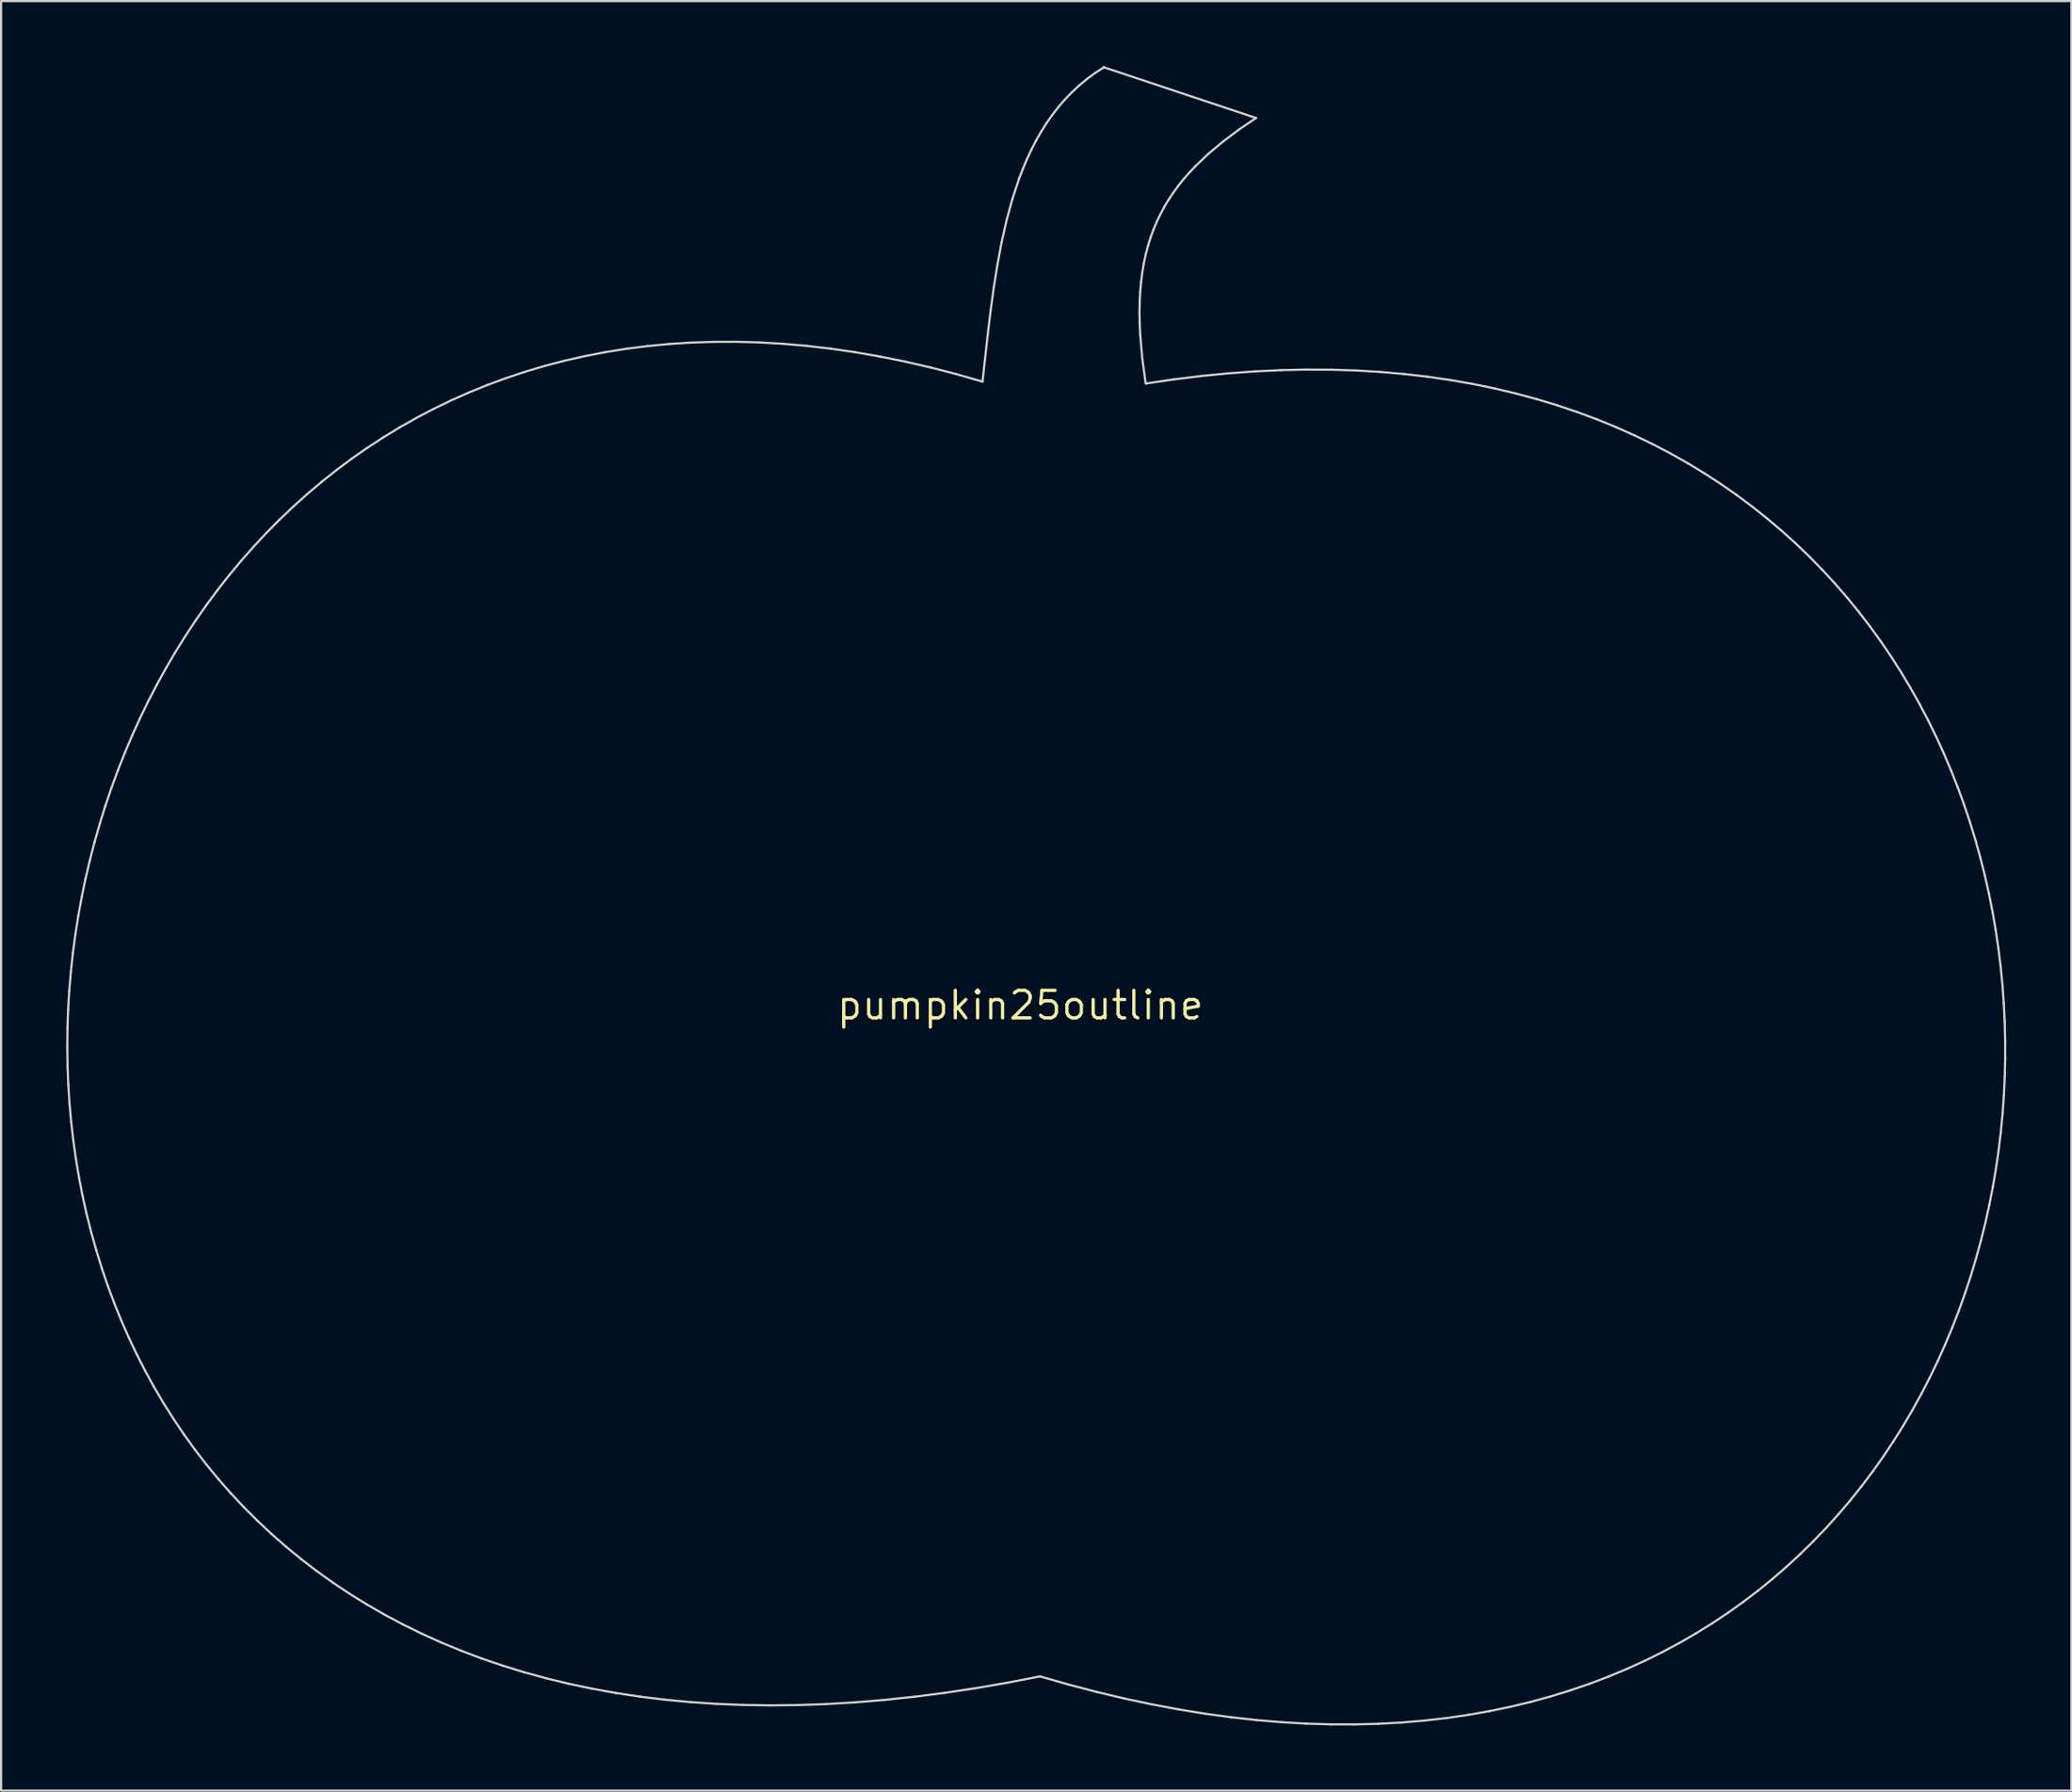
<source format=kicad_pcb>
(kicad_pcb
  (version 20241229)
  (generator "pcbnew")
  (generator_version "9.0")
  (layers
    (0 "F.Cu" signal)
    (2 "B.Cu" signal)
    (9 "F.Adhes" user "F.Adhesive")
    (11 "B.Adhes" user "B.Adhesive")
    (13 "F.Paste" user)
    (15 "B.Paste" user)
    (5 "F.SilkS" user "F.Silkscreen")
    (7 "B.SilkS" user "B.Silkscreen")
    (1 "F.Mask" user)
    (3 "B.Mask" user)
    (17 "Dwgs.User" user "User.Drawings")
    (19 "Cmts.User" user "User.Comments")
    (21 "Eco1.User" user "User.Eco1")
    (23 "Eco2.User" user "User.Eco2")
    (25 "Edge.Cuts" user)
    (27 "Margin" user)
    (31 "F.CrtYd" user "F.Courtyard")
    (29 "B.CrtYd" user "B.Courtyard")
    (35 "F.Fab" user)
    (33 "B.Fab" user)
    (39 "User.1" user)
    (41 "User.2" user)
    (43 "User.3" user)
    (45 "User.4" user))
  (footprint "pumpkin25outline"
    (layer "F.Cu")
    (at 43.953 43.276)
    (property "Reference" "pumpkin25outline" (at 0 0 0) (layer "F.SilkS") (effects (font (size 1.27 1.27) (thickness 0.15))))
    (attr through_hole)
    (fp_line (start -43.903 1.925) (end -43.891 2.791) (stroke (width 0.1) (type solid)) (layer "Edge.Cuts"))
    (fp_line (start -43.894 1.058) (end -43.903 1.925) (stroke (width 0.1) (type solid)) (layer "Edge.Cuts"))
    (fp_line (start -43.891 2.791) (end -43.857 3.656) (stroke (width 0.1) (type solid)) (layer "Edge.Cuts"))
    (fp_line (start -43.864 0.19) (end -43.894 1.058) (stroke (width 0.1) (type solid)) (layer "Edge.Cuts"))
    (fp_line (start -43.857 3.656) (end -43.801 4.519) (stroke (width 0.1) (type solid)) (layer "Edge.Cuts"))
    (fp_line (start -43.812 -0.676) (end -43.864 0.19) (stroke (width 0.1) (type solid)) (layer "Edge.Cuts"))
    (fp_line (start -43.801 4.519) (end -43.724 5.38) (stroke (width 0.1) (type solid)) (layer "Edge.Cuts"))
    (fp_line (start -43.739 -1.542) (end -43.812 -0.676) (stroke (width 0.1) (type solid)) (layer "Edge.Cuts"))
    (fp_line (start -43.724 5.38) (end -43.625 6.237) (stroke (width 0.1) (type solid)) (layer "Edge.Cuts"))
    (fp_line (start -43.646 -2.406) (end -43.739 -1.542) (stroke (width 0.1) (type solid)) (layer "Edge.Cuts"))
    (fp_line (start -43.625 6.237) (end -43.505 7.091) (stroke (width 0.1) (type solid)) (layer "Edge.Cuts"))
    (fp_line (start -43.531 -3.268) (end -43.646 -2.406) (stroke (width 0.1) (type solid)) (layer "Edge.Cuts"))
    (fp_line (start -43.505 7.091) (end -43.362 7.941) (stroke (width 0.1) (type solid)) (layer "Edge.Cuts"))
    (fp_line (start -43.395 -4.127) (end -43.531 -3.268) (stroke (width 0.1) (type solid)) (layer "Edge.Cuts"))
    (fp_line (start -43.362 7.941) (end -43.198 8.785) (stroke (width 0.1) (type solid)) (layer "Edge.Cuts"))
    (fp_line (start -43.239 -4.983) (end -43.395 -4.127) (stroke (width 0.1) (type solid)) (layer "Edge.Cuts"))
    (fp_line (start -43.198 8.785) (end -43.011 9.625) (stroke (width 0.1) (type solid)) (layer "Edge.Cuts"))
    (fp_line (start -43.062 -5.835) (end -43.239 -4.983) (stroke (width 0.1) (type solid)) (layer "Edge.Cuts"))
    (fp_line (start -43.011 9.625) (end -42.802 10.458) (stroke (width 0.1) (type solid)) (layer "Edge.Cuts"))
    (fp_line (start -42.865 -6.682) (end -43.062 -5.835) (stroke (width 0.1) (type solid)) (layer "Edge.Cuts"))
    (fp_line (start -42.802 10.458) (end -42.57 11.285) (stroke (width 0.1) (type solid)) (layer "Edge.Cuts"))
    (fp_line (start -42.647 -7.524) (end -42.865 -6.682) (stroke (width 0.1) (type solid)) (layer "Edge.Cuts"))
    (fp_line (start -42.57 11.285) (end -42.317 12.104) (stroke (width 0.1) (type solid)) (layer "Edge.Cuts"))
    (fp_line (start -42.408 -8.361) (end -42.647 -7.524) (stroke (width 0.1) (type solid)) (layer "Edge.Cuts"))
    (fp_line (start -42.317 12.104) (end -42.041 12.916) (stroke (width 0.1) (type solid)) (layer "Edge.Cuts"))
    (fp_line (start -42.15 -9.191) (end -42.408 -8.361) (stroke (width 0.1) (type solid)) (layer "Edge.Cuts"))
    (fp_line (start -42.041 12.916) (end -41.742 13.719) (stroke (width 0.1) (type solid)) (layer "Edge.Cuts"))
    (fp_line (start -41.871 -10.014) (end -42.15 -9.191) (stroke (width 0.1) (type solid)) (layer "Edge.Cuts"))
    (fp_line (start -41.742 13.719) (end -41.421 14.514) (stroke (width 0.1) (type solid)) (layer "Edge.Cuts"))
    (fp_line (start -41.571 -10.83) (end -41.871 -10.014) (stroke (width 0.1) (type solid)) (layer "Edge.Cuts"))
    (fp_line (start -41.421 14.514) (end -41.076 15.298) (stroke (width 0.1) (type solid)) (layer "Edge.Cuts"))
    (fp_line (start -41.252 -11.637) (end -41.571 -10.83) (stroke (width 0.1) (type solid)) (layer "Edge.Cuts"))
    (fp_line (start -41.076 15.298) (end -40.709 16.073) (stroke (width 0.1) (type solid)) (layer "Edge.Cuts"))
    (fp_line (start -40.913 -12.436) (end -41.252 -11.637) (stroke (width 0.1) (type solid)) (layer "Edge.Cuts"))
    (fp_line (start -40.709 16.073) (end -40.32 16.837) (stroke (width 0.1) (type solid)) (layer "Edge.Cuts"))
    (fp_line (start -40.554 -13.226) (end -40.913 -12.436) (stroke (width 0.1) (type solid)) (layer "Edge.Cuts"))
    (fp_line (start -40.32 16.837) (end -39.907 17.59) (stroke (width 0.1) (type solid)) (layer "Edge.Cuts"))
    (fp_line (start -40.176 -14.006) (end -40.554 -13.226) (stroke (width 0.1) (type solid)) (layer "Edge.Cuts"))
    (fp_line (start -39.907 17.59) (end -39.471 18.331) (stroke (width 0.1) (type solid)) (layer "Edge.Cuts"))
    (fp_line (start -39.777 -14.775) (end -40.176 -14.006) (stroke (width 0.1) (type solid)) (layer "Edge.Cuts"))
    (fp_line (start -39.471 18.331) (end -39.011 19.059) (stroke (width 0.1) (type solid)) (layer "Edge.Cuts"))
    (fp_line (start -39.359 -15.533) (end -39.777 -14.775) (stroke (width 0.1) (type solid)) (layer "Edge.Cuts"))
    (fp_line (start -39.011 19.059) (end -38.529 19.774) (stroke (width 0.1) (type solid)) (layer "Edge.Cuts"))
    (fp_line (start -38.922 -16.28) (end -39.359 -15.533) (stroke (width 0.1) (type solid)) (layer "Edge.Cuts"))
    (fp_line (start -38.529 19.774) (end -38.023 20.476) (stroke (width 0.1) (type solid)) (layer "Edge.Cuts"))
    (fp_line (start -38.465 -17.015) (end -38.922 -16.28) (stroke (width 0.1) (type solid)) (layer "Edge.Cuts"))
    (fp_line (start -38.023 20.476) (end -37.494 21.163) (stroke (width 0.1) (type solid)) (layer "Edge.Cuts"))
    (fp_line (start -37.989 -17.737) (end -38.465 -17.015) (stroke (width 0.1) (type solid)) (layer "Edge.Cuts"))
    (fp_line (start -37.494 21.163) (end -36.941 21.836) (stroke (width 0.1) (type solid)) (layer "Edge.Cuts"))
    (fp_line (start -37.493 -18.445) (end -37.989 -17.737) (stroke (width 0.1) (type solid)) (layer "Edge.Cuts"))
    (fp_line (start -36.979 -19.14) (end -37.493 -18.445) (stroke (width 0.1) (type solid)) (layer "Edge.Cuts"))
    (fp_line (start -36.941 21.836) (end -36.364 22.493) (stroke (width 0.1) (type solid)) (layer "Edge.Cuts"))
    (fp_line (start -36.445 -19.82) (end -36.979 -19.14) (stroke (width 0.1) (type solid)) (layer "Edge.Cuts"))
    (fp_line (start -36.364 22.493) (end -35.764 23.134) (stroke (width 0.1) (type solid)) (layer "Edge.Cuts"))
    (fp_line (start -35.892 -20.485) (end -36.445 -19.82) (stroke (width 0.1) (type solid)) (layer "Edge.Cuts"))
    (fp_line (start -35.764 23.134) (end -35.139 23.758) (stroke (width 0.1) (type solid)) (layer "Edge.Cuts"))
    (fp_line (start -35.321 -21.134) (end -35.892 -20.485) (stroke (width 0.1) (type solid)) (layer "Edge.Cuts"))
    (fp_line (start -35.139 23.758) (end -34.491 24.366) (stroke (width 0.1) (type solid)) (layer "Edge.Cuts"))
    (fp_line (start -34.731 -21.767) (end -35.321 -21.134) (stroke (width 0.1) (type solid)) (layer "Edge.Cuts"))
    (fp_line (start -34.491 24.366) (end -33.819 24.955) (stroke (width 0.1) (type solid)) (layer "Edge.Cuts"))
    (fp_line (start -34.122 -22.383) (end -34.731 -21.767) (stroke (width 0.1) (type solid)) (layer "Edge.Cuts"))
    (fp_line (start -33.819 24.955) (end -33.123 25.526) (stroke (width 0.1) (type solid)) (layer "Edge.Cuts"))
    (fp_line (start -33.494 -22.981) (end -34.122 -22.383) (stroke (width 0.1) (type solid)) (layer "Edge.Cuts"))
    (fp_line (start -33.123 25.526) (end -32.403 26.079) (stroke (width 0.1) (type solid)) (layer "Edge.Cuts"))
    (fp_line (start -32.848 -23.562) (end -33.494 -22.981) (stroke (width 0.1) (type solid)) (layer "Edge.Cuts"))
    (fp_line (start -32.403 26.079) (end -31.658 26.611) (stroke (width 0.1) (type solid)) (layer "Edge.Cuts"))
    (fp_line (start -32.184 -24.123) (end -32.848 -23.562) (stroke (width 0.1) (type solid)) (layer "Edge.Cuts"))
    (fp_line (start -31.658 26.611) (end -30.889 27.124) (stroke (width 0.1) (type solid)) (layer "Edge.Cuts"))
    (fp_line (start -31.501 -24.666) (end -32.184 -24.123) (stroke (width 0.1) (type solid)) (layer "Edge.Cuts"))
    (fp_line (start -30.889 27.124) (end -30.095 27.616) (stroke (width 0.1) (type solid)) (layer "Edge.Cuts"))
    (fp_line (start -30.8 -25.189) (end -31.501 -24.666) (stroke (width 0.1) (type solid)) (layer "Edge.Cuts"))
    (fp_line (start -30.095 27.616) (end -29.277 28.086) (stroke (width 0.1) (type solid)) (layer "Edge.Cuts"))
    (fp_line (start -30.081 -25.691) (end -30.8 -25.189) (stroke (width 0.1) (type solid)) (layer "Edge.Cuts"))
    (fp_line (start -29.344 -26.172) (end -30.081 -25.691) (stroke (width 0.1) (type solid)) (layer "Edge.Cuts"))
    (fp_line (start -29.277 28.086) (end -28.434 28.535) (stroke (width 0.1) (type solid)) (layer "Edge.Cuts"))
    (fp_line (start -28.589 -26.632) (end -29.344 -26.172) (stroke (width 0.1) (type solid)) (layer "Edge.Cuts"))
    (fp_line (start -28.434 28.535) (end -27.567 28.961) (stroke (width 0.1) (type solid)) (layer "Edge.Cuts"))
    (fp_line (start -27.816 -27.07) (end -28.589 -26.632) (stroke (width 0.1) (type solid)) (layer "Edge.Cuts"))
    (fp_line (start -27.567 28.961) (end -26.674 29.365) (stroke (width 0.1) (type solid)) (layer "Edge.Cuts"))
    (fp_line (start -27.025 -27.485) (end -27.816 -27.07) (stroke (width 0.1) (type solid)) (layer "Edge.Cuts"))
    (fp_line (start -26.674 29.365) (end -25.757 29.744) (stroke (width 0.1) (type solid)) (layer "Edge.Cuts"))
    (fp_line (start -26.216 -27.876) (end -27.025 -27.485) (stroke (width 0.1) (type solid)) (layer "Edge.Cuts"))
    (fp_line (start -25.757 29.744) (end -24.815 30.1) (stroke (width 0.1) (type solid)) (layer "Edge.Cuts"))
    (fp_line (start -25.39 -28.244) (end -26.216 -27.876) (stroke (width 0.1) (type solid)) (layer "Edge.Cuts"))
    (fp_line (start -24.815 30.1) (end -23.848 30.43) (stroke (width 0.1) (type solid)) (layer "Edge.Cuts"))
    (fp_line (start -24.547 -28.587) (end -25.39 -28.244) (stroke (width 0.1) (type solid)) (layer "Edge.Cuts"))
    (fp_line (start -23.848 30.43) (end -22.855 30.735) (stroke (width 0.1) (type solid)) (layer "Edge.Cuts"))
    (fp_line (start -23.686 -28.904) (end -24.547 -28.587) (stroke (width 0.1) (type solid)) (layer "Edge.Cuts"))
    (fp_line (start -22.855 30.735) (end -21.837 31.014) (stroke (width 0.1) (type solid)) (layer "Edge.Cuts"))
    (fp_line (start -22.807 -29.197) (end -23.686 -28.904) (stroke (width 0.1) (type solid)) (layer "Edge.Cuts"))
    (fp_line (start -21.912 -29.463) (end -22.807 -29.197) (stroke (width 0.1) (type solid)) (layer "Edge.Cuts"))
    (fp_line (start -21.837 31.014) (end -20.794 31.267) (stroke (width 0.1) (type solid)) (layer "Edge.Cuts"))
    (fp_line (start -20.999 -29.702) (end -21.912 -29.463) (stroke (width 0.1) (type solid)) (layer "Edge.Cuts"))
    (fp_line (start -20.794 31.267) (end -19.725 31.492) (stroke (width 0.1) (type solid)) (layer "Edge.Cuts"))
    (fp_line (start -20.069 -29.913) (end -20.999 -29.702) (stroke (width 0.1) (type solid)) (layer "Edge.Cuts"))
    (fp_line (start -19.725 31.492) (end -18.631 31.69) (stroke (width 0.1) (type solid)) (layer "Edge.Cuts"))
    (fp_line (start -19.122 -30.097) (end -20.069 -29.913) (stroke (width 0.1) (type solid)) (layer "Edge.Cuts"))
    (fp_line (start -18.631 31.69) (end -17.511 31.859) (stroke (width 0.1) (type solid)) (layer "Edge.Cuts"))
    (fp_line (start -18.159 -30.252) (end -19.122 -30.097) (stroke (width 0.1) (type solid)) (layer "Edge.Cuts"))
    (fp_line (start -17.511 31.859) (end -16.366 32) (stroke (width 0.1) (type solid)) (layer "Edge.Cuts"))
    (fp_line (start -17.178 -30.377) (end -18.159 -30.252) (stroke (width 0.1) (type solid)) (layer "Edge.Cuts"))
    (fp_line (start -16.366 32) (end -15.194 32.11) (stroke (width 0.1) (type solid)) (layer "Edge.Cuts"))
    (fp_line (start -16.181 -30.473) (end -17.178 -30.377) (stroke (width 0.1) (type solid)) (layer "Edge.Cuts"))
    (fp_line (start -15.194 32.11) (end -13.997 32.191) (stroke (width 0.1) (type solid)) (layer "Edge.Cuts"))
    (fp_line (start -15.167 -30.539) (end -16.181 -30.473) (stroke (width 0.1) (type solid)) (layer "Edge.Cuts"))
    (fp_line (start -14.137 -30.573) (end -15.167 -30.539) (stroke (width 0.1) (type solid)) (layer "Edge.Cuts"))
    (fp_line (start -13.997 32.191) (end -12.774 32.241) (stroke (width 0.1) (type solid)) (layer "Edge.Cuts"))
    (fp_line (start -13.091 -30.576) (end -14.137 -30.573) (stroke (width 0.1) (type solid)) (layer "Edge.Cuts"))
    (fp_line (start -12.774 32.241) (end -11.524 32.26) (stroke (width 0.1) (type solid)) (layer "Edge.Cuts"))
    (fp_line (start -12.028 -30.547) (end -13.091 -30.576) (stroke (width 0.1) (type solid)) (layer "Edge.Cuts"))
    (fp_line (start -11.524 32.26) (end -10.249 32.247) (stroke (width 0.1) (type solid)) (layer "Edge.Cuts"))
    (fp_line (start -10.948 -30.485) (end -12.028 -30.547) (stroke (width 0.1) (type solid)) (layer "Edge.Cuts"))
    (fp_line (start -10.249 32.247) (end -8.947 32.201) (stroke (width 0.1) (type solid)) (layer "Edge.Cuts"))
    (fp_line (start -9.853 -30.39) (end -10.948 -30.485) (stroke (width 0.1) (type solid)) (layer "Edge.Cuts"))
    (fp_line (start -8.947 32.201) (end -7.619 32.123) (stroke (width 0.1) (type solid)) (layer "Edge.Cuts"))
    (fp_line (start -8.741 -30.26) (end -9.853 -30.39) (stroke (width 0.1) (type solid)) (layer "Edge.Cuts"))
    (fp_line (start -7.619 32.123) (end -6.264 32.011) (stroke (width 0.1) (type solid)) (layer "Edge.Cuts"))
    (fp_line (start -7.614 -30.097) (end -8.741 -30.26) (stroke (width 0.1) (type solid)) (layer "Edge.Cuts"))
    (fp_line (start -6.47 -29.898) (end -7.614 -30.097) (stroke (width 0.1) (type solid)) (layer "Edge.Cuts"))
    (fp_line (start -6.264 32.011) (end -4.883 31.864) (stroke (width 0.1) (type solid)) (layer "Edge.Cuts"))
    (fp_line (start -5.311 -29.663) (end -6.47 -29.898) (stroke (width 0.1) (type solid)) (layer "Edge.Cuts"))
    (fp_line (start -4.883 31.864) (end -3.475 31.683) (stroke (width 0.1) (type solid)) (layer "Edge.Cuts"))
    (fp_line (start -4.136 -29.393) (end -5.311 -29.663) (stroke (width 0.1) (type solid)) (layer "Edge.Cuts"))
    (fp_line (start -3.475 31.683) (end -2.04 31.467) (stroke (width 0.1) (type solid)) (layer "Edge.Cuts"))
    (fp_line (start -2.946 -29.085) (end -4.136 -29.393) (stroke (width 0.1) (type solid)) (layer "Edge.Cuts"))
    (fp_line (start -2.04 31.467) (end -0.579 31.214) (stroke (width 0.1) (type solid)) (layer "Edge.Cuts"))
    (fp_line (start -1.74 -28.74) (end -2.946 -29.085) (stroke (width 0.1) (type solid)) (layer "Edge.Cuts"))
    (fp_line (start -1.498 -30.932) (end -1.74 -28.74) (stroke (width 0.1) (type solid)) (layer "Edge.Cuts"))
    (fp_line (start -1.366 -32.018) (end -1.498 -30.932) (stroke (width 0.1) (type solid)) (layer "Edge.Cuts"))
    (fp_line (start -1.219 -33.092) (end -1.366 -32.018) (stroke (width 0.1) (type solid)) (layer "Edge.Cuts"))
    (fp_line (start -1.05 -34.149) (end -1.219 -33.092) (stroke (width 0.1) (type solid)) (layer "Edge.Cuts"))
    (fp_line (start -0.855 -35.183) (end -1.05 -34.149) (stroke (width 0.1) (type solid)) (layer "Edge.Cuts"))
    (fp_line (start -0.628 -36.19) (end -0.855 -35.183) (stroke (width 0.1) (type solid)) (layer "Edge.Cuts"))
    (fp_line (start -0.579 31.214) (end 0.909 30.925) (stroke (width 0.1) (type solid)) (layer "Edge.Cuts"))
    (fp_line (start -0.362 -37.164) (end -0.628 -36.19) (stroke (width 0.1) (type solid)) (layer "Edge.Cuts"))
    (fp_line (start -0.051 -38.102) (end -0.362 -37.164) (stroke (width 0.1) (type solid)) (layer "Edge.Cuts"))
    (fp_line (start 0.123 -38.556) (end -0.051 -38.102) (stroke (width 0.1) (type solid)) (layer "Edge.Cuts"))
    (fp_line (start 0.31 -38.999) (end 0.123 -38.556) (stroke (width 0.1) (type solid)) (layer "Edge.Cuts"))
    (fp_line (start 0.51 -39.429) (end 0.31 -38.999) (stroke (width 0.1) (type solid)) (layer "Edge.Cuts"))
    (fp_line (start 0.726 -39.848) (end 0.51 -39.429) (stroke (width 0.1) (type solid)) (layer "Edge.Cuts"))
    (fp_line (start 0.909 30.925) (end 2.225 31.302) (stroke (width 0.1) (type solid)) (layer "Edge.Cuts"))
    (fp_line (start 0.957 -40.254) (end 0.726 -39.848) (stroke (width 0.1) (type solid)) (layer "Edge.Cuts"))
    (fp_line (start 1.204 -40.646) (end 0.957 -40.254) (stroke (width 0.1) (type solid)) (layer "Edge.Cuts"))
    (fp_line (start 1.469 -41.024) (end 1.204 -40.646) (stroke (width 0.1) (type solid)) (layer "Edge.Cuts"))
    (fp_line (start 1.75 -41.388) (end 1.469 -41.024) (stroke (width 0.1) (type solid)) (layer "Edge.Cuts"))
    (fp_line (start 2.05 -41.736) (end 1.75 -41.388) (stroke (width 0.1) (type solid)) (layer "Edge.Cuts"))
    (fp_line (start 2.225 31.302) (end 3.52 31.642) (stroke (width 0.1) (type solid)) (layer "Edge.Cuts"))
    (fp_line (start 2.37 -42.068) (end 2.05 -41.736) (stroke (width 0.1) (type solid)) (layer "Edge.Cuts"))
    (fp_line (start 2.709 -42.384) (end 2.37 -42.068) (stroke (width 0.1) (type solid)) (layer "Edge.Cuts"))
    (fp_line (start 3.068 -42.683) (end 2.709 -42.384) (stroke (width 0.1) (type solid)) (layer "Edge.Cuts"))
    (fp_line (start 3.449 -42.964) (end 3.068 -42.683) (stroke (width 0.1) (type solid)) (layer "Edge.Cuts"))
    (fp_line (start 3.52 31.642) (end 4.797 31.945) (stroke (width 0.1) (type solid)) (layer "Edge.Cuts"))
    (fp_line (start 3.852 -43.226) (end 3.852 -43.226) (stroke (width 0.1) (type solid)) (layer "Edge.Cuts"))
    (fp_line (start 3.852 -43.226) (end 3.449 -42.964) (stroke (width 0.1) (type solid)) (layer "Edge.Cuts"))
    (fp_line (start 3.852 -43.224) (end 3.852 -43.226) (stroke (width 0.1) (type solid)) (layer "Edge.Cuts"))
    (fp_line (start 4.797 31.945) (end 6.054 32.213) (stroke (width 0.1) (type solid)) (layer "Edge.Cuts"))
    (fp_line (start 5.491 -31.928) (end 5.499 -32.411) (stroke (width 0.1) (type solid)) (layer "Edge.Cuts"))
    (fp_line (start 5.499 -31.428) (end 5.491 -31.928) (stroke (width 0.1) (type solid)) (layer "Edge.Cuts"))
    (fp_line (start 5.499 -32.411) (end 5.523 -32.878) (stroke (width 0.1) (type solid)) (layer "Edge.Cuts"))
    (fp_line (start 5.523 -30.91) (end 5.499 -31.428) (stroke (width 0.1) (type solid)) (layer "Edge.Cuts"))
    (fp_line (start 5.523 -32.878) (end 5.563 -33.33) (stroke (width 0.1) (type solid)) (layer "Edge.Cuts"))
    (fp_line (start 5.563 -33.33) (end 5.619 -33.766) (stroke (width 0.1) (type solid)) (layer "Edge.Cuts"))
    (fp_line (start 5.618 -29.82) (end 5.523 -30.91) (stroke (width 0.1) (type solid)) (layer "Edge.Cuts"))
    (fp_line (start 5.619 -33.766) (end 5.69 -34.189) (stroke (width 0.1) (type solid)) (layer "Edge.Cuts"))
    (fp_line (start 5.69 -34.189) (end 5.778 -34.598) (stroke (width 0.1) (type solid)) (layer "Edge.Cuts"))
    (fp_line (start 5.778 -34.598) (end 5.882 -34.993) (stroke (width 0.1) (type solid)) (layer "Edge.Cuts"))
    (fp_line (start 5.778 -28.652) (end 5.618 -29.82) (stroke (width 0.1) (type solid)) (layer "Edge.Cuts"))
    (fp_line (start 5.882 -34.993) (end 6.001 -35.377) (stroke (width 0.1) (type solid)) (layer "Edge.Cuts"))
    (fp_line (start 6.001 -35.377) (end 6.136 -35.748) (stroke (width 0.1) (type solid)) (layer "Edge.Cuts"))
    (fp_line (start 6.054 32.213) (end 7.291 32.446) (stroke (width 0.1) (type solid)) (layer "Edge.Cuts"))
    (fp_line (start 6.136 -35.748) (end 6.288 -36.109) (stroke (width 0.1) (type solid)) (layer "Edge.Cuts"))
    (fp_line (start 6.288 -36.109) (end 6.455 -36.459) (stroke (width 0.1) (type solid)) (layer "Edge.Cuts"))
    (fp_line (start 6.455 -36.459) (end 6.638 -36.799) (stroke (width 0.1) (type solid)) (layer "Edge.Cuts"))
    (fp_line (start 6.638 -36.799) (end 6.837 -37.13) (stroke (width 0.1) (type solid)) (layer "Edge.Cuts"))
    (fp_line (start 6.837 -37.13) (end 7.051 -37.453) (stroke (width 0.1) (type solid)) (layer "Edge.Cuts"))
    (fp_line (start 7.051 -37.453) (end 7.282 -37.767) (stroke (width 0.1) (type solid)) (layer "Edge.Cuts"))
    (fp_line (start 7.065 -28.842) (end 5.778 -28.652) (stroke (width 0.1) (type solid)) (layer "Edge.Cuts"))
    (fp_line (start 7.282 -37.767) (end 7.528 -38.075) (stroke (width 0.1) (type solid)) (layer "Edge.Cuts"))
    (fp_line (start 7.291 32.446) (end 8.51 32.644) (stroke (width 0.1) (type solid)) (layer "Edge.Cuts"))
    (fp_line (start 7.528 -38.075) (end 7.79 -38.375) (stroke (width 0.1) (type solid)) (layer "Edge.Cuts"))
    (fp_line (start 7.79 -38.375) (end 8.068 -38.67) (stroke (width 0.1) (type solid)) (layer "Edge.Cuts"))
    (fp_line (start 8.068 -38.67) (end 8.671 -39.244) (stroke (width 0.1) (type solid)) (layer "Edge.Cuts"))
    (fp_line (start 8.331 -28.998) (end 7.065 -28.842) (stroke (width 0.1) (type solid)) (layer "Edge.Cuts"))
    (fp_line (start 8.51 32.644) (end 9.708 32.808) (stroke (width 0.1) (type solid)) (layer "Edge.Cuts"))
    (fp_line (start 8.671 -39.244) (end 9.337 -39.802) (stroke (width 0.1) (type solid)) (layer "Edge.Cuts"))
    (fp_line (start 9.337 -39.802) (end 10.066 -40.349) (stroke (width 0.1) (type solid)) (layer "Edge.Cuts"))
    (fp_line (start 9.575 -29.12) (end 8.331 -28.998) (stroke (width 0.1) (type solid)) (layer "Edge.Cuts"))
    (fp_line (start 9.708 32.808) (end 10.888 32.939) (stroke (width 0.1) (type solid)) (layer "Edge.Cuts"))
    (fp_line (start 10.066 -40.349) (end 10.858 -40.889) (stroke (width 0.1) (type solid)) (layer "Edge.Cuts"))
    (fp_line (start 10.798 -29.21) (end 9.575 -29.12) (stroke (width 0.1) (type solid)) (layer "Edge.Cuts"))
    (fp_line (start 10.858 -40.889) (end 3.852 -43.224) (stroke (width 0.1) (type solid)) (layer "Edge.Cuts"))
    (fp_line (start 10.888 32.939) (end 12.047 33.037) (stroke (width 0.1) (type solid)) (layer "Edge.Cuts"))
    (fp_line (start 11.999 -29.267) (end 10.798 -29.21) (stroke (width 0.1) (type solid)) (layer "Edge.Cuts"))
    (fp_line (start 12.047 33.037) (end 13.188 33.102) (stroke (width 0.1) (type solid)) (layer "Edge.Cuts"))
    (fp_line (start 13.178 -29.293) (end 11.999 -29.267) (stroke (width 0.1) (type solid)) (layer "Edge.Cuts"))
    (fp_line (start 13.188 33.102) (end 14.309 33.136) (stroke (width 0.1) (type solid)) (layer "Edge.Cuts"))
    (fp_line (start 14.309 33.136) (end 15.41 33.138) (stroke (width 0.1) (type solid)) (layer "Edge.Cuts"))
    (fp_line (start 14.336 -29.288) (end 13.178 -29.293) (stroke (width 0.1) (type solid)) (layer "Edge.Cuts"))
    (fp_line (start 15.41 33.138) (end 16.492 33.11) (stroke (width 0.1) (type solid)) (layer "Edge.Cuts"))
    (fp_line (start 15.473 -29.252) (end 14.336 -29.288) (stroke (width 0.1) (type solid)) (layer "Edge.Cuts"))
    (fp_line (start 16.492 33.11) (end 17.554 33.052) (stroke (width 0.1) (type solid)) (layer "Edge.Cuts"))
    (fp_line (start 16.587 -29.186) (end 15.473 -29.252) (stroke (width 0.1) (type solid)) (layer "Edge.Cuts"))
    (fp_line (start 17.554 33.052) (end 18.596 32.964) (stroke (width 0.1) (type solid)) (layer "Edge.Cuts"))
    (fp_line (start 17.681 -29.091) (end 16.587 -29.186) (stroke (width 0.1) (type solid)) (layer "Edge.Cuts"))
    (fp_line (start 18.596 32.964) (end 19.619 32.847) (stroke (width 0.1) (type solid)) (layer "Edge.Cuts"))
    (fp_line (start 18.753 -28.967) (end 17.681 -29.091) (stroke (width 0.1) (type solid)) (layer "Edge.Cuts"))
    (fp_line (start 19.619 32.847) (end 20.623 32.701) (stroke (width 0.1) (type solid)) (layer "Edge.Cuts"))
    (fp_line (start 19.803 -28.815) (end 18.753 -28.967) (stroke (width 0.1) (type solid)) (layer "Edge.Cuts"))
    (fp_line (start 20.623 32.701) (end 21.606 32.528) (stroke (width 0.1) (type solid)) (layer "Edge.Cuts"))
    (fp_line (start 20.832 -28.635) (end 19.803 -28.815) (stroke (width 0.1) (type solid)) (layer "Edge.Cuts"))
    (fp_line (start 21.606 32.528) (end 22.57 32.328) (stroke (width 0.1) (type solid)) (layer "Edge.Cuts"))
    (fp_line (start 21.84 -28.428) (end 20.832 -28.635) (stroke (width 0.1) (type solid)) (layer "Edge.Cuts"))
    (fp_line (start 22.57 32.328) (end 23.515 32.1) (stroke (width 0.1) (type solid)) (layer "Edge.Cuts"))
    (fp_line (start 22.826 -28.194) (end 21.84 -28.428) (stroke (width 0.1) (type solid)) (layer "Edge.Cuts"))
    (fp_line (start 23.515 32.1) (end 24.439 31.847) (stroke (width 0.1) (type solid)) (layer "Edge.Cuts"))
    (fp_line (start 23.79 -27.934) (end 22.826 -28.194) (stroke (width 0.1) (type solid)) (layer "Edge.Cuts"))
    (fp_line (start 24.439 31.847) (end 25.344 31.568) (stroke (width 0.1) (type solid)) (layer "Edge.Cuts"))
    (fp_line (start 24.734 -27.649) (end 23.79 -27.934) (stroke (width 0.1) (type solid)) (layer "Edge.Cuts"))
    (fp_line (start 25.344 31.568) (end 26.23 31.264) (stroke (width 0.1) (type solid)) (layer "Edge.Cuts"))
    (fp_line (start 25.656 -27.338) (end 24.734 -27.649) (stroke (width 0.1) (type solid)) (layer "Edge.Cuts"))
    (fp_line (start 26.23 31.264) (end 27.095 30.935) (stroke (width 0.1) (type solid)) (layer "Edge.Cuts"))
    (fp_line (start 26.557 -27.004) (end 25.656 -27.338) (stroke (width 0.1) (type solid)) (layer "Edge.Cuts"))
    (fp_line (start 27.095 30.935) (end 27.941 30.583) (stroke (width 0.1) (type solid)) (layer "Edge.Cuts"))
    (fp_line (start 27.436 -26.646) (end 26.557 -27.004) (stroke (width 0.1) (type solid)) (layer "Edge.Cuts"))
    (fp_line (start 27.941 30.583) (end 28.767 30.207) (stroke (width 0.1) (type solid)) (layer "Edge.Cuts"))
    (fp_line (start 28.294 -26.264) (end 27.436 -26.646) (stroke (width 0.1) (type solid)) (layer "Edge.Cuts"))
    (fp_line (start 28.767 30.207) (end 29.573 29.808) (stroke (width 0.1) (type solid)) (layer "Edge.Cuts"))
    (fp_line (start 29.131 -25.86) (end 28.294 -26.264) (stroke (width 0.1) (type solid)) (layer "Edge.Cuts"))
    (fp_line (start 29.573 29.808) (end 30.359 29.387) (stroke (width 0.1) (type solid)) (layer "Edge.Cuts"))
    (fp_line (start 29.947 -25.433) (end 29.131 -25.86) (stroke (width 0.1) (type solid)) (layer "Edge.Cuts"))
    (fp_line (start 30.359 29.387) (end 31.126 28.945) (stroke (width 0.1) (type solid)) (layer "Edge.Cuts"))
    (fp_line (start 30.741 -24.985) (end 29.947 -25.433) (stroke (width 0.1) (type solid)) (layer "Edge.Cuts"))
    (fp_line (start 31.126 28.945) (end 31.872 28.481) (stroke (width 0.1) (type solid)) (layer "Edge.Cuts"))
    (fp_line (start 31.514 -24.516) (end 30.741 -24.985) (stroke (width 0.1) (type solid)) (layer "Edge.Cuts"))
    (fp_line (start 31.872 28.481) (end 32.599 27.997) (stroke (width 0.1) (type solid)) (layer "Edge.Cuts"))
    (fp_line (start 32.266 -24.027) (end 31.514 -24.516) (stroke (width 0.1) (type solid)) (layer "Edge.Cuts"))
    (fp_line (start 32.599 27.997) (end 33.306 27.492) (stroke (width 0.1) (type solid)) (layer "Edge.Cuts"))
    (fp_line (start 32.997 -23.518) (end 32.266 -24.027) (stroke (width 0.1) (type solid)) (layer "Edge.Cuts"))
    (fp_line (start 33.306 27.492) (end 33.993 26.969) (stroke (width 0.1) (type solid)) (layer "Edge.Cuts"))
    (fp_line (start 33.707 -22.989) (end 32.997 -23.518) (stroke (width 0.1) (type solid)) (layer "Edge.Cuts"))
    (fp_line (start 33.993 26.969) (end 34.66 26.426) (stroke (width 0.1) (type solid)) (layer "Edge.Cuts"))
    (fp_line (start 34.395 -22.442) (end 33.707 -22.989) (stroke (width 0.1) (type solid)) (layer "Edge.Cuts"))
    (fp_line (start 34.66 26.426) (end 35.307 25.865) (stroke (width 0.1) (type solid)) (layer "Edge.Cuts"))
    (fp_line (start 35.063 -21.877) (end 34.395 -22.442) (stroke (width 0.1) (type solid)) (layer "Edge.Cuts"))
    (fp_line (start 35.307 25.865) (end 35.934 25.286) (stroke (width 0.1) (type solid)) (layer "Edge.Cuts"))
    (fp_line (start 35.709 -21.294) (end 35.063 -21.877) (stroke (width 0.1) (type solid)) (layer "Edge.Cuts"))
    (fp_line (start 35.934 25.286) (end 36.541 24.69) (stroke (width 0.1) (type solid)) (layer "Edge.Cuts"))
    (fp_line (start 36.334 -20.694) (end 35.709 -21.294) (stroke (width 0.1) (type solid)) (layer "Edge.Cuts"))
    (fp_line (start 36.541 24.69) (end 37.128 24.078) (stroke (width 0.1) (type solid)) (layer "Edge.Cuts"))
    (fp_line (start 36.938 -20.077) (end 36.334 -20.694) (stroke (width 0.1) (type solid)) (layer "Edge.Cuts"))
    (fp_line (start 37.128 24.078) (end 37.695 23.449) (stroke (width 0.1) (type solid)) (layer "Edge.Cuts"))
    (fp_line (start 37.521 -19.445) (end 36.938 -20.077) (stroke (width 0.1) (type solid)) (layer "Edge.Cuts"))
    (fp_line (start 37.695 23.449) (end 38.242 22.805) (stroke (width 0.1) (type solid)) (layer "Edge.Cuts"))
    (fp_line (start 38.083 -18.797) (end 37.521 -19.445) (stroke (width 0.1) (type solid)) (layer "Edge.Cuts"))
    (fp_line (start 38.242 22.805) (end 38.769 22.146) (stroke (width 0.1) (type solid)) (layer "Edge.Cuts"))
    (fp_line (start 38.624 -18.134) (end 38.083 -18.797) (stroke (width 0.1) (type solid)) (layer "Edge.Cuts"))
    (fp_line (start 38.769 22.146) (end 39.276 21.473) (stroke (width 0.1) (type solid)) (layer "Edge.Cuts"))
    (fp_line (start 39.144 -17.457) (end 38.624 -18.134) (stroke (width 0.1) (type solid)) (layer "Edge.Cuts"))
    (fp_line (start 39.276 21.473) (end 39.763 20.785) (stroke (width 0.1) (type solid)) (layer "Edge.Cuts"))
    (fp_line (start 39.643 -16.767) (end 39.144 -17.457) (stroke (width 0.1) (type solid)) (layer "Edge.Cuts"))
    (fp_line (start 39.763 20.785) (end 40.229 20.085) (stroke (width 0.1) (type solid)) (layer "Edge.Cuts"))
    (fp_line (start 40.121 -16.063) (end 39.643 -16.767) (stroke (width 0.1) (type solid)) (layer "Edge.Cuts"))
    (fp_line (start 40.229 20.085) (end 40.676 19.372) (stroke (width 0.1) (type solid)) (layer "Edge.Cuts"))
    (fp_line (start 40.578 -15.347) (end 40.121 -16.063) (stroke (width 0.1) (type solid)) (layer "Edge.Cuts"))
    (fp_line (start 40.676 19.372) (end 41.102 18.646) (stroke (width 0.1) (type solid)) (layer "Edge.Cuts"))
    (fp_line (start 41.014 -14.618) (end 40.578 -15.347) (stroke (width 0.1) (type solid)) (layer "Edge.Cuts"))
    (fp_line (start 41.102 18.646) (end 41.509 17.909) (stroke (width 0.1) (type solid)) (layer "Edge.Cuts"))
    (fp_line (start 41.43 -13.878) (end 41.014 -14.618) (stroke (width 0.1) (type solid)) (layer "Edge.Cuts"))
    (fp_line (start 41.509 17.909) (end 41.895 17.161) (stroke (width 0.1) (type solid)) (layer "Edge.Cuts"))
    (fp_line (start 41.824 -13.128) (end 41.43 -13.878) (stroke (width 0.1) (type solid)) (layer "Edge.Cuts"))
    (fp_line (start 41.895 17.161) (end 42.261 16.403) (stroke (width 0.1) (type solid)) (layer "Edge.Cuts"))
    (fp_line (start 42.198 -12.367) (end 41.824 -13.128) (stroke (width 0.1) (type solid)) (layer "Edge.Cuts"))
    (fp_line (start 42.261 16.403) (end 42.606 15.635) (stroke (width 0.1) (type solid)) (layer "Edge.Cuts"))
    (fp_line (start 42.55 -11.596) (end 42.198 -12.367) (stroke (width 0.1) (type solid)) (layer "Edge.Cuts"))
    (fp_line (start 42.606 15.635) (end 42.932 14.857) (stroke (width 0.1) (type solid)) (layer "Edge.Cuts"))
    (fp_line (start 42.882 -10.816) (end 42.55 -11.596) (stroke (width 0.1) (type solid)) (layer "Edge.Cuts"))
    (fp_line (start 42.932 14.857) (end 43.237 14.071) (stroke (width 0.1) (type solid)) (layer "Edge.Cuts"))
    (fp_line (start 43.193 -10.028) (end 42.882 -10.816) (stroke (width 0.1) (type solid)) (layer "Edge.Cuts"))
    (fp_line (start 43.237 14.071) (end 43.522 13.276) (stroke (width 0.1) (type solid)) (layer "Edge.Cuts"))
    (fp_line (start 43.483 -9.231) (end 43.193 -10.028) (stroke (width 0.1) (type solid)) (layer "Edge.Cuts"))
    (fp_line (start 43.522 13.276) (end 43.786 12.474) (stroke (width 0.1) (type solid)) (layer "Edge.Cuts"))
    (fp_line (start 43.753 -8.427) (end 43.483 -9.231) (stroke (width 0.1) (type solid)) (layer "Edge.Cuts"))
    (fp_line (start 43.786 12.474) (end 44.03 11.664) (stroke (width 0.1) (type solid)) (layer "Edge.Cuts"))
    (fp_line (start 44.001 -7.616) (end 43.753 -8.427) (stroke (width 0.1) (type solid)) (layer "Edge.Cuts"))
    (fp_line (start 44.03 11.664) (end 44.254 10.848) (stroke (width 0.1) (type solid)) (layer "Edge.Cuts"))
    (fp_line (start 44.229 -6.799) (end 44.001 -7.616) (stroke (width 0.1) (type solid)) (layer "Edge.Cuts"))
    (fp_line (start 44.254 10.848) (end 44.458 10.027) (stroke (width 0.1) (type solid)) (layer "Edge.Cuts"))
    (fp_line (start 44.436 -5.975) (end 44.229 -6.799) (stroke (width 0.1) (type solid)) (layer "Edge.Cuts"))
    (fp_line (start 44.458 10.027) (end 44.641 9.199) (stroke (width 0.1) (type solid)) (layer "Edge.Cuts"))
    (fp_line (start 44.623 -5.147) (end 44.436 -5.975) (stroke (width 0.1) (type solid)) (layer "Edge.Cuts"))
    (fp_line (start 44.641 9.199) (end 44.804 8.367) (stroke (width 0.1) (type solid)) (layer "Edge.Cuts"))
    (fp_line (start 44.788 -4.314) (end 44.623 -5.147) (stroke (width 0.1) (type solid)) (layer "Edge.Cuts"))
    (fp_line (start 44.804 8.367) (end 44.947 7.531) (stroke (width 0.1) (type solid)) (layer "Edge.Cuts"))
    (fp_line (start 44.934 -3.476) (end 44.788 -4.314) (stroke (width 0.1) (type solid)) (layer "Edge.Cuts"))
    (fp_line (start 44.947 7.531) (end 45.069 6.691) (stroke (width 0.1) (type solid)) (layer "Edge.Cuts"))
    (fp_line (start 45.058 -2.635) (end 44.934 -3.476) (stroke (width 0.1) (type solid)) (layer "Edge.Cuts"))
    (fp_line (start 45.069 6.691) (end 45.17 5.847) (stroke (width 0.1) (type solid)) (layer "Edge.Cuts"))
    (fp_line (start 45.162 -1.791) (end 45.058 -2.635) (stroke (width 0.1) (type solid)) (layer "Edge.Cuts"))
    (fp_line (start 45.17 5.847) (end 45.251 5.002) (stroke (width 0.1) (type solid)) (layer "Edge.Cuts"))
    (fp_line (start 45.245 -0.945) (end 45.162 -1.791) (stroke (width 0.1) (type solid)) (layer "Edge.Cuts"))
    (fp_line (start 45.251 5.002) (end 45.312 4.154) (stroke (width 0.1) (type solid)) (layer "Edge.Cuts"))
    (fp_line (start 45.307 -0.097) (end 45.245 -0.945) (stroke (width 0.1) (type solid)) (layer "Edge.Cuts"))
    (fp_line (start 45.312 4.154) (end 45.352 3.304) (stroke (width 0.1) (type solid)) (layer "Edge.Cuts"))
    (fp_line (start 45.349 0.753) (end 45.307 -0.097) (stroke (width 0.1) (type solid)) (layer "Edge.Cuts"))
    (fp_line (start 45.352 3.304) (end 45.372 2.454) (stroke (width 0.1) (type solid)) (layer "Edge.Cuts"))
    (fp_line (start 45.371 1.603) (end 45.349 0.753) (stroke (width 0.1) (type solid)) (layer "Edge.Cuts"))
    (fp_line (start 45.372 2.454) (end 45.371 1.603) (stroke (width 0.1) (type solid)) (layer "Edge.Cuts")))
  (gr_rect
    (start -3 -3)
    (end 92.375 79.464)
    (stroke (width 0.1) (type default))
    (fill no)
    (layer "Edge.Cuts")))
</source>
